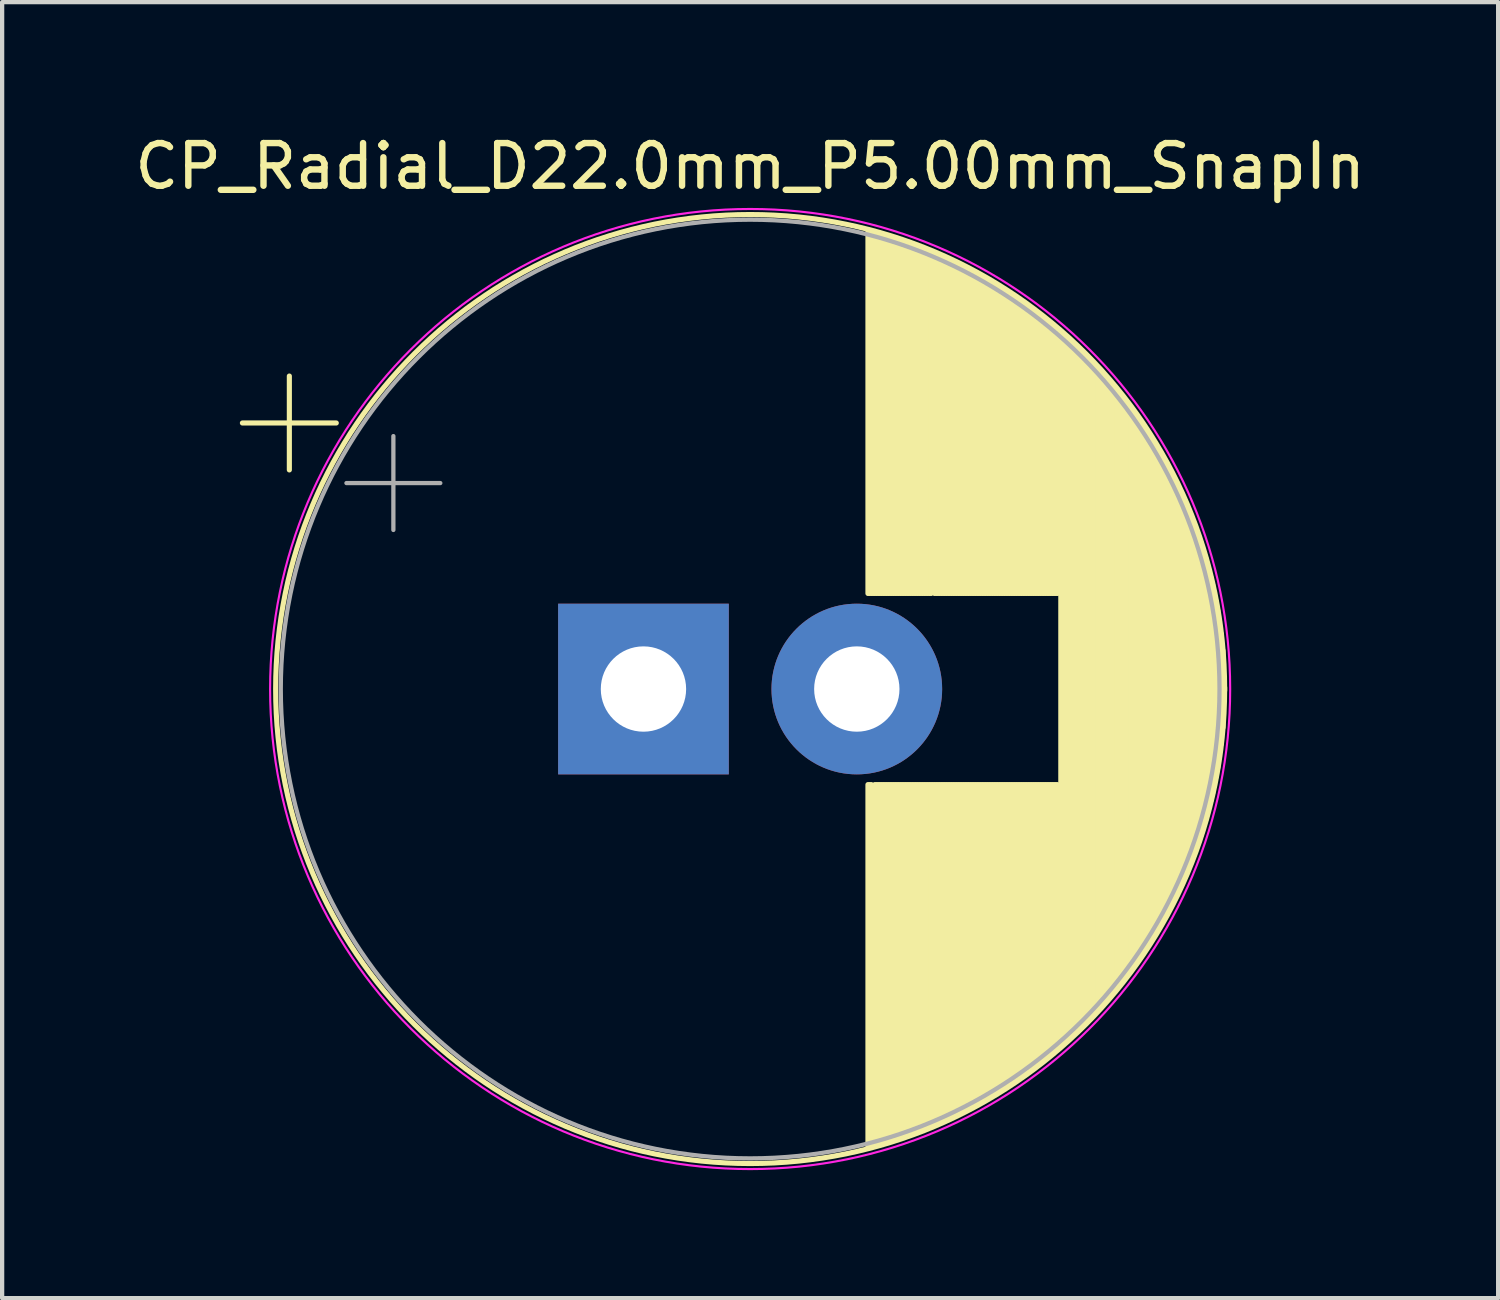
<source format=kicad_pcb>
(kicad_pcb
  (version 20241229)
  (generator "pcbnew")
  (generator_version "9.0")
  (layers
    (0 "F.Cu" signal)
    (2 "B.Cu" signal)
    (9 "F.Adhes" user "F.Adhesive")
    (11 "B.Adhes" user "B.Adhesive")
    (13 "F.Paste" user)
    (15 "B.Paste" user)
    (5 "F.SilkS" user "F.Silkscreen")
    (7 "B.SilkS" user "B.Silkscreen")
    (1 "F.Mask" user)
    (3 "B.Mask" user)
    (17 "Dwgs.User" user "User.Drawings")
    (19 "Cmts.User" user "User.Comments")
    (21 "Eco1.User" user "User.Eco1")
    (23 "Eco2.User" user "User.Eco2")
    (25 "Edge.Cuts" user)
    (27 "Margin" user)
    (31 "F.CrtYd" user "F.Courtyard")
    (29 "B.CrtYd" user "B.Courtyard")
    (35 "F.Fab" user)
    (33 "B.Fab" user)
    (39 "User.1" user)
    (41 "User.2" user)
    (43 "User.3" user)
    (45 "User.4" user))
  (footprint "CP_Radial_D22.0mm_P5.00mm_SnapIn"
    (layer "F.Cu")
    (at 9.53 13.098)
    (property "Reference" "CP_Radial_D22.0mm_P5.00mm_SnapIn" (at 5 -12.25 0) (layer "F.SilkS") (effects (font (size 1 1) (thickness 0.15))))
    (attr through_hole)
    (fp_line (start -6.899 -6.235) (end -4.699 -6.235) (stroke (width 0.12) (type solid)) (layer "F.SilkS"))
    (fp_line (start -5.799 -7.335) (end -5.799 -5.135) (stroke (width 0.12) (type solid)) (layer "F.SilkS"))
    (fp_line (start 7.761 -10.733) (end 7.761 -2.24) (stroke (width 0.12) (type solid)) (layer "F.SilkS"))
    (fp_line (start 7.761 2.24) (end 7.761 10.733) (stroke (width 0.12) (type solid)) (layer "F.SilkS"))
    (fp_line (start 7.801 -10.722) (end 7.801 -2.24) (stroke (width 0.12) (type solid)) (layer "F.SilkS"))
    (fp_line (start 7.801 2.24) (end 7.801 10.722) (stroke (width 0.12) (type solid)) (layer "F.SilkS"))
    (fp_line (start 7.841 -10.712) (end 7.841 -2.24) (stroke (width 0.12) (type solid)) (layer "F.SilkS"))
    (fp_line (start 7.841 2.24) (end 7.841 10.712) (stroke (width 0.12) (type solid)) (layer "F.SilkS"))
    (fp_line (start 7.881 -10.701) (end 7.881 -2.24) (stroke (width 0.12) (type solid)) (layer "F.SilkS"))
    (fp_line (start 7.921 -10.69) (end 7.921 -2.24) (stroke (width 0.12) (type solid)) (layer "F.SilkS"))
    (fp_line (start 7.921 2.24) (end 7.921 10.69) (stroke (width 0.12) (type solid)) (layer "F.SilkS"))
    (fp_line (start 7.961 -10.679) (end 7.961 -2.24) (stroke (width 0.12) (type solid)) (layer "F.SilkS"))
    (fp_line (start 7.961 2.24) (end 7.961 10.679) (stroke (width 0.12) (type solid)) (layer "F.SilkS"))
    (fp_line (start 8.001 -10.668) (end 8.001 -2.24) (stroke (width 0.12) (type solid)) (layer "F.SilkS"))
    (fp_line (start 8.001 2.24) (end 8.001 10.668) (stroke (width 0.12) (type solid)) (layer "F.SilkS"))
    (fp_line (start 8.041 -10.657) (end 8.041 -2.24) (stroke (width 0.12) (type solid)) (layer "F.SilkS"))
    (fp_line (start 8.041 2.24) (end 8.041 10.657) (stroke (width 0.12) (type solid)) (layer "F.SilkS"))
    (fp_line (start 8.081 -10.645) (end 8.081 -2.24) (stroke (width 0.12) (type solid)) (layer "F.SilkS"))
    (fp_line (start 8.081 2.24) (end 8.081 10.645) (stroke (width 0.12) (type solid)) (layer "F.SilkS"))
    (fp_line (start 8.121 -10.634) (end 8.121 -2.24) (stroke (width 0.12) (type solid)) (layer "F.SilkS"))
    (fp_line (start 8.121 2.24) (end 8.121 10.634) (stroke (width 0.12) (type solid)) (layer "F.SilkS"))
    (fp_line (start 8.161 -10.622) (end 8.161 -2.24) (stroke (width 0.12) (type solid)) (layer "F.SilkS"))
    (fp_line (start 8.161 2.24) (end 8.161 10.622) (stroke (width 0.12) (type solid)) (layer "F.SilkS"))
    (fp_line (start 8.201 -10.61) (end 8.201 -2.24) (stroke (width 0.12) (type solid)) (layer "F.SilkS"))
    (fp_line (start 8.201 2.24) (end 8.201 10.61) (stroke (width 0.12) (type solid)) (layer "F.SilkS"))
    (fp_line (start 8.241 -10.598) (end 8.241 -2.24) (stroke (width 0.12) (type solid)) (layer "F.SilkS"))
    (fp_line (start 8.241 2.24) (end 8.241 10.598) (stroke (width 0.12) (type solid)) (layer "F.SilkS"))
    (fp_line (start 8.281 -10.586) (end 8.281 -2.24) (stroke (width 0.12) (type solid)) (layer "F.SilkS"))
    (fp_line (start 8.281 2.24) (end 8.281 10.586) (stroke (width 0.12) (type solid)) (layer "F.SilkS"))
    (fp_line (start 8.321 -10.573) (end 8.321 -2.24) (stroke (width 0.12) (type solid)) (layer "F.SilkS"))
    (fp_line (start 8.321 2.24) (end 8.321 10.573) (stroke (width 0.12) (type solid)) (layer "F.SilkS"))
    (fp_line (start 8.361 -10.561) (end 8.361 -2.24) (stroke (width 0.12) (type solid)) (layer "F.SilkS"))
    (fp_line (start 8.361 2.24) (end 8.361 10.561) (stroke (width 0.12) (type solid)) (layer "F.SilkS"))
    (fp_line (start 8.401 -10.548) (end 8.401 -2.24) (stroke (width 0.12) (type solid)) (layer "F.SilkS"))
    (fp_line (start 8.401 2.24) (end 8.401 10.548) (stroke (width 0.12) (type solid)) (layer "F.SilkS"))
    (fp_line (start 8.441 -10.535) (end 8.441 -2.24) (stroke (width 0.12) (type solid)) (layer "F.SilkS"))
    (fp_line (start 8.441 2.24) (end 8.441 10.535) (stroke (width 0.12) (type solid)) (layer "F.SilkS"))
    (fp_line (start 8.481 -10.522) (end 8.481 -2.24) (stroke (width 0.12) (type solid)) (layer "F.SilkS"))
    (fp_line (start 8.481 2.24) (end 8.481 10.522) (stroke (width 0.12) (type solid)) (layer "F.SilkS"))
    (fp_line (start 8.521 -10.509) (end 8.521 -2.24) (stroke (width 0.12) (type solid)) (layer "F.SilkS"))
    (fp_line (start 8.521 2.24) (end 8.521 10.509) (stroke (width 0.12) (type solid)) (layer "F.SilkS"))
    (fp_line (start 8.561 -10.495) (end 8.561 -2.24) (stroke (width 0.12) (type solid)) (layer "F.SilkS"))
    (fp_line (start 8.561 2.24) (end 8.561 10.495) (stroke (width 0.12) (type solid)) (layer "F.SilkS"))
    (fp_line (start 8.601 -10.482) (end 8.601 -2.24) (stroke (width 0.12) (type solid)) (layer "F.SilkS"))
    (fp_line (start 8.601 2.24) (end 8.601 10.482) (stroke (width 0.12) (type solid)) (layer "F.SilkS"))
    (fp_line (start 8.641 -10.468) (end 8.641 -2.24) (stroke (width 0.12) (type solid)) (layer "F.SilkS"))
    (fp_line (start 8.641 2.24) (end 8.641 10.468) (stroke (width 0.12) (type solid)) (layer "F.SilkS"))
    (fp_line (start 8.681 -10.454) (end 8.681 -2.24) (stroke (width 0.12) (type solid)) (layer "F.SilkS"))
    (fp_line (start 8.681 2.24) (end 8.681 10.454) (stroke (width 0.12) (type solid)) (layer "F.SilkS"))
    (fp_line (start 8.721 -10.44) (end 8.721 -2.24) (stroke (width 0.12) (type solid)) (layer "F.SilkS"))
    (fp_line (start 8.721 2.24) (end 8.721 10.44) (stroke (width 0.12) (type solid)) (layer "F.SilkS"))
    (fp_line (start 8.761 -10.426) (end 8.761 -2.24) (stroke (width 0.12) (type solid)) (layer "F.SilkS"))
    (fp_line (start 8.761 2.24) (end 8.761 10.426) (stroke (width 0.12) (type solid)) (layer "F.SilkS"))
    (fp_line (start 8.801 -10.411) (end 8.801 -2.24) (stroke (width 0.12) (type solid)) (layer "F.SilkS"))
    (fp_line (start 8.801 2.24) (end 8.801 10.411) (stroke (width 0.12) (type solid)) (layer "F.SilkS"))
    (fp_line (start 8.841 -10.396) (end 8.841 -2.24) (stroke (width 0.12) (type solid)) (layer "F.SilkS"))
    (fp_line (start 8.841 2.24) (end 8.841 10.396) (stroke (width 0.12) (type solid)) (layer "F.SilkS"))
    (fp_line (start 8.881 -10.382) (end 8.881 -2.24) (stroke (width 0.12) (type solid)) (layer "F.SilkS"))
    (fp_line (start 8.881 2.24) (end 8.881 10.382) (stroke (width 0.12) (type solid)) (layer "F.SilkS"))
    (fp_line (start 8.921 -10.367) (end 8.921 -2.24) (stroke (width 0.12) (type solid)) (layer "F.SilkS"))
    (fp_line (start 8.921 2.24) (end 8.921 10.367) (stroke (width 0.12) (type solid)) (layer "F.SilkS"))
    (fp_line (start 8.961 -10.351) (end 8.961 -2.24) (stroke (width 0.12) (type solid)) (layer "F.SilkS"))
    (fp_line (start 8.961 2.24) (end 8.961 10.351) (stroke (width 0.12) (type solid)) (layer "F.SilkS"))
    (fp_line (start 9.001 -10.336) (end 9.001 -2.24) (stroke (width 0.12) (type solid)) (layer "F.SilkS"))
    (fp_line (start 9.001 2.24) (end 9.001 10.336) (stroke (width 0.12) (type solid)) (layer "F.SilkS"))
    (fp_line (start 9.041 -10.321) (end 9.041 -2.24) (stroke (width 0.12) (type solid)) (layer "F.SilkS"))
    (fp_line (start 9.041 2.24) (end 9.041 10.321) (stroke (width 0.12) (type solid)) (layer "F.SilkS"))
    (fp_line (start 9.081 -10.305) (end 9.081 -2.24) (stroke (width 0.12) (type solid)) (layer "F.SilkS"))
    (fp_line (start 9.081 2.24) (end 9.081 10.305) (stroke (width 0.12) (type solid)) (layer "F.SilkS"))
    (fp_line (start 9.121 -10.289) (end 9.121 -2.24) (stroke (width 0.12) (type solid)) (layer "F.SilkS"))
    (fp_line (start 9.121 2.24) (end 9.121 10.289) (stroke (width 0.12) (type solid)) (layer "F.SilkS"))
    (fp_line (start 9.161 -10.273) (end 9.161 -2.24) (stroke (width 0.12) (type solid)) (layer "F.SilkS"))
    (fp_line (start 9.161 2.24) (end 9.161 10.273) (stroke (width 0.12) (type solid)) (layer "F.SilkS"))
    (fp_line (start 9.201 -10.257) (end 9.201 -2.24) (stroke (width 0.12) (type solid)) (layer "F.SilkS"))
    (fp_line (start 9.201 2.24) (end 9.201 10.257) (stroke (width 0.12) (type solid)) (layer "F.SilkS"))
    (fp_line (start 9.241 -10.24) (end 9.241 -2.24) (stroke (width 0.12) (type solid)) (layer "F.SilkS"))
    (fp_line (start 9.241 2.24) (end 9.241 10.24) (stroke (width 0.12) (type solid)) (layer "F.SilkS"))
    (fp_line (start 9.281 2.24) (end 9.281 10.224) (stroke (width 0.12) (type solid)) (layer "F.SilkS"))
    (fp_line (start 9.321 -10.207) (end 9.321 -2.24) (stroke (width 0.12) (type solid)) (layer "F.SilkS"))
    (fp_line (start 9.321 2.24) (end 9.321 10.207) (stroke (width 0.12) (type solid)) (layer "F.SilkS"))
    (fp_line (start 9.361 -10.19) (end 9.361 -2.24) (stroke (width 0.12) (type solid)) (layer "F.SilkS"))
    (fp_line (start 9.361 2.24) (end 9.361 10.19) (stroke (width 0.12) (type solid)) (layer "F.SilkS"))
    (fp_line (start 9.401 -10.173) (end 9.401 -2.24) (stroke (width 0.12) (type solid)) (layer "F.SilkS"))
    (fp_line (start 9.401 2.24) (end 9.401 10.173) (stroke (width 0.12) (type solid)) (layer "F.SilkS"))
    (fp_line (start 9.441 -10.156) (end 9.441 -2.24) (stroke (width 0.12) (type solid)) (layer "F.SilkS"))
    (fp_line (start 9.441 2.24) (end 9.441 10.156) (stroke (width 0.12) (type solid)) (layer "F.SilkS"))
    (fp_line (start 9.481 -10.138) (end 9.481 -2.24) (stroke (width 0.12) (type solid)) (layer "F.SilkS"))
    (fp_line (start 9.481 2.24) (end 9.481 10.138) (stroke (width 0.12) (type solid)) (layer "F.SilkS"))
    (fp_line (start 9.521 -10.12) (end 9.521 -2.24) (stroke (width 0.12) (type solid)) (layer "F.SilkS"))
    (fp_line (start 9.521 2.24) (end 9.521 10.12) (stroke (width 0.12) (type solid)) (layer "F.SilkS"))
    (fp_line (start 9.561 -10.103) (end 9.561 -2.24) (stroke (width 0.12) (type solid)) (layer "F.SilkS"))
    (fp_line (start 9.561 2.24) (end 9.561 10.103) (stroke (width 0.12) (type solid)) (layer "F.SilkS"))
    (fp_line (start 9.601 -10.084) (end 9.601 -2.24) (stroke (width 0.12) (type solid)) (layer "F.SilkS"))
    (fp_line (start 9.601 2.24) (end 9.601 10.084) (stroke (width 0.12) (type solid)) (layer "F.SilkS"))
    (fp_line (start 9.641 -10.066) (end 9.641 -2.24) (stroke (width 0.12) (type solid)) (layer "F.SilkS"))
    (fp_line (start 9.641 2.24) (end 9.641 10.066) (stroke (width 0.12) (type solid)) (layer "F.SilkS"))
    (fp_line (start 9.681 -10.048) (end 9.681 -2.24) (stroke (width 0.12) (type solid)) (layer "F.SilkS"))
    (fp_line (start 9.681 2.24) (end 9.681 10.048) (stroke (width 0.12) (type solid)) (layer "F.SilkS"))
    (fp_line (start 9.721 -10.029) (end 9.721 -2.24) (stroke (width 0.12) (type solid)) (layer "F.SilkS"))
    (fp_line (start 9.721 2.24) (end 9.721 10.029) (stroke (width 0.12) (type solid)) (layer "F.SilkS"))
    (fp_line (start 9.761 -10.01) (end 9.761 -2.24) (stroke (width 0.12) (type solid)) (layer "F.SilkS"))
    (fp_line (start 9.761 2.24) (end 9.761 10.01) (stroke (width 0.12) (type solid)) (layer "F.SilkS"))
    (fp_line (start 9.801 -9.991) (end 9.801 -2.24) (stroke (width 0.12) (type solid)) (layer "F.SilkS"))
    (fp_line (start 9.801 2.24) (end 9.801 9.991) (stroke (width 0.12) (type solid)) (layer "F.SilkS"))
    (fp_line (start 9.841 -9.972) (end 9.841 -2.24) (stroke (width 0.12) (type solid)) (layer "F.SilkS"))
    (fp_line (start 9.841 2.24) (end 9.841 9.972) (stroke (width 0.12) (type solid)) (layer "F.SilkS"))
    (fp_line (start 9.881 -9.952) (end 9.881 -2.24) (stroke (width 0.12) (type solid)) (layer "F.SilkS"))
    (fp_line (start 9.881 2.24) (end 9.881 9.952) (stroke (width 0.12) (type solid)) (layer "F.SilkS"))
    (fp_line (start 9.921 -9.933) (end 9.921 -2.24) (stroke (width 0.12) (type solid)) (layer "F.SilkS"))
    (fp_line (start 9.921 2.24) (end 9.921 9.933) (stroke (width 0.12) (type solid)) (layer "F.SilkS"))
    (fp_line (start 9.961 -9.913) (end 9.961 -2.24) (stroke (width 0.12) (type solid)) (layer "F.SilkS"))
    (fp_line (start 9.961 2.24) (end 9.961 9.913) (stroke (width 0.12) (type solid)) (layer "F.SilkS"))
    (fp_line (start 10.001 -9.893) (end 10.001 -2.24) (stroke (width 0.12) (type solid)) (layer "F.SilkS"))
    (fp_line (start 10.001 2.24) (end 10.001 9.893) (stroke (width 0.12) (type solid)) (layer "F.SilkS"))
    (fp_line (start 10.041 -9.873) (end 10.041 -2.24) (stroke (width 0.12) (type solid)) (layer "F.SilkS"))
    (fp_line (start 10.041 2.24) (end 10.041 9.873) (stroke (width 0.12) (type solid)) (layer "F.SilkS"))
    (fp_line (start 10.081 -9.852) (end 10.081 -2.24) (stroke (width 0.12) (type solid)) (layer "F.SilkS"))
    (fp_line (start 10.081 2.24) (end 10.081 9.852) (stroke (width 0.12) (type solid)) (layer "F.SilkS"))
    (fp_line (start 10.121 -9.832) (end 10.121 -2.24) (stroke (width 0.12) (type solid)) (layer "F.SilkS"))
    (fp_line (start 10.121 2.24) (end 10.121 9.832) (stroke (width 0.12) (type solid)) (layer "F.SilkS"))
    (fp_line (start 10.161 -9.811) (end 10.161 -2.24) (stroke (width 0.12) (type solid)) (layer "F.SilkS"))
    (fp_line (start 10.161 2.24) (end 10.161 9.811) (stroke (width 0.12) (type solid)) (layer "F.SilkS"))
    (fp_line (start 10.201 -9.79) (end 10.201 -2.24) (stroke (width 0.12) (type solid)) (layer "F.SilkS"))
    (fp_line (start 10.201 2.24) (end 10.201 9.79) (stroke (width 0.12) (type solid)) (layer "F.SilkS"))
    (fp_line (start 10.241 -9.768) (end 10.241 -2.24) (stroke (width 0.12) (type solid)) (layer "F.SilkS"))
    (fp_line (start 10.241 2.24) (end 10.241 9.768) (stroke (width 0.12) (type solid)) (layer "F.SilkS"))
    (fp_line (start 10.281 -9.747) (end 10.281 -2.24) (stroke (width 0.12) (type solid)) (layer "F.SilkS"))
    (fp_line (start 10.281 2.24) (end 10.281 9.747) (stroke (width 0.12) (type solid)) (layer "F.SilkS"))
    (fp_line (start 10.321 -9.725) (end 10.321 -2.24) (stroke (width 0.12) (type solid)) (layer "F.SilkS"))
    (fp_line (start 10.321 2.24) (end 10.321 9.725) (stroke (width 0.12) (type solid)) (layer "F.SilkS"))
    (fp_line (start 10.361 -9.703) (end 10.361 -2.24) (stroke (width 0.12) (type solid)) (layer "F.SilkS"))
    (fp_line (start 10.361 2.24) (end 10.361 9.703) (stroke (width 0.12) (type solid)) (layer "F.SilkS"))
    (fp_line (start 10.401 -9.681) (end 10.401 -2.24) (stroke (width 0.12) (type solid)) (layer "F.SilkS"))
    (fp_line (start 10.401 2.24) (end 10.401 9.681) (stroke (width 0.12) (type solid)) (layer "F.SilkS"))
    (fp_line (start 10.441 -9.659) (end 10.441 -2.24) (stroke (width 0.12) (type solid)) (layer "F.SilkS"))
    (fp_line (start 10.441 2.24) (end 10.441 9.659) (stroke (width 0.12) (type solid)) (layer "F.SilkS"))
    (fp_line (start 10.481 -9.636) (end 10.481 -2.24) (stroke (width 0.12) (type solid)) (layer "F.SilkS"))
    (fp_line (start 10.481 2.24) (end 10.481 9.636) (stroke (width 0.12) (type solid)) (layer "F.SilkS"))
    (fp_line (start 10.521 -9.614) (end 10.521 -2.24) (stroke (width 0.12) (type solid)) (layer "F.SilkS"))
    (fp_line (start 10.521 2.24) (end 10.521 9.614) (stroke (width 0.12) (type solid)) (layer "F.SilkS"))
    (fp_line (start 10.561 -9.591) (end 10.561 -2.24) (stroke (width 0.12) (type solid)) (layer "F.SilkS"))
    (fp_line (start 10.561 2.24) (end 10.561 9.591) (stroke (width 0.12) (type solid)) (layer "F.SilkS"))
    (fp_line (start 10.601 -9.567) (end 10.601 -2.24) (stroke (width 0.12) (type solid)) (layer "F.SilkS"))
    (fp_line (start 10.601 2.24) (end 10.601 9.567) (stroke (width 0.12) (type solid)) (layer "F.SilkS"))
    (fp_line (start 10.641 -9.544) (end 10.641 -2.24) (stroke (width 0.12) (type solid)) (layer "F.SilkS"))
    (fp_line (start 10.641 2.24) (end 10.641 9.544) (stroke (width 0.12) (type solid)) (layer "F.SilkS"))
    (fp_line (start 10.681 -9.52) (end 10.681 -2.24) (stroke (width 0.12) (type solid)) (layer "F.SilkS"))
    (fp_line (start 10.681 2.24) (end 10.681 9.52) (stroke (width 0.12) (type solid)) (layer "F.SilkS"))
    (fp_line (start 10.721 -9.497) (end 10.721 -2.24) (stroke (width 0.12) (type solid)) (layer "F.SilkS"))
    (fp_line (start 10.721 2.24) (end 10.721 9.497) (stroke (width 0.12) (type solid)) (layer "F.SilkS"))
    (fp_line (start 10.761 -9.472) (end 10.761 -2.24) (stroke (width 0.12) (type solid)) (layer "F.SilkS"))
    (fp_line (start 10.761 2.24) (end 10.761 9.472) (stroke (width 0.12) (type solid)) (layer "F.SilkS"))
    (fp_line (start 10.801 -9.448) (end 10.801 -2.24) (stroke (width 0.12) (type solid)) (layer "F.SilkS"))
    (fp_line (start 10.801 2.24) (end 10.801 9.448) (stroke (width 0.12) (type solid)) (layer "F.SilkS"))
    (fp_line (start 10.841 -9.424) (end 10.841 -2.24) (stroke (width 0.12) (type solid)) (layer "F.SilkS"))
    (fp_line (start 10.841 2.24) (end 10.841 9.424) (stroke (width 0.12) (type solid)) (layer "F.SilkS"))
    (fp_line (start 10.881 -9.399) (end 10.881 -2.24) (stroke (width 0.12) (type solid)) (layer "F.SilkS"))
    (fp_line (start 10.881 2.24) (end 10.881 9.399) (stroke (width 0.12) (type solid)) (layer "F.SilkS"))
    (fp_line (start 10.921 -9.374) (end 10.921 -2.24) (stroke (width 0.12) (type solid)) (layer "F.SilkS"))
    (fp_line (start 10.921 2.24) (end 10.921 9.374) (stroke (width 0.12) (type solid)) (layer "F.SilkS"))
    (fp_line (start 10.961 -9.348) (end 10.961 -2.24) (stroke (width 0.12) (type solid)) (layer "F.SilkS"))
    (fp_line (start 10.961 2.24) (end 10.961 9.348) (stroke (width 0.12) (type solid)) (layer "F.SilkS"))
    (fp_line (start 11.001 -9.323) (end 11.001 -2.24) (stroke (width 0.12) (type solid)) (layer "F.SilkS"))
    (fp_line (start 11.001 2.24) (end 11.001 9.323) (stroke (width 0.12) (type solid)) (layer "F.SilkS"))
    (fp_line (start 11.041 -9.297) (end 11.041 -2.24) (stroke (width 0.12) (type solid)) (layer "F.SilkS"))
    (fp_line (start 11.041 2.24) (end 11.041 9.297) (stroke (width 0.12) (type solid)) (layer "F.SilkS"))
    (fp_line (start 11.081 -9.271) (end 11.081 -2.24) (stroke (width 0.12) (type solid)) (layer "F.SilkS"))
    (fp_line (start 11.081 2.24) (end 11.081 9.271) (stroke (width 0.12) (type solid)) (layer "F.SilkS"))
    (fp_line (start 11.121 -9.245) (end 11.121 -2.24) (stroke (width 0.12) (type solid)) (layer "F.SilkS"))
    (fp_line (start 11.121 2.24) (end 11.121 9.245) (stroke (width 0.12) (type solid)) (layer "F.SilkS"))
    (fp_line (start 11.161 -9.218) (end 11.161 -2.24) (stroke (width 0.12) (type solid)) (layer "F.SilkS"))
    (fp_line (start 11.161 2.24) (end 11.161 9.218) (stroke (width 0.12) (type solid)) (layer "F.SilkS"))
    (fp_line (start 11.201 -9.192) (end 11.201 -2.24) (stroke (width 0.12) (type solid)) (layer "F.SilkS"))
    (fp_line (start 11.201 2.24) (end 11.201 9.192) (stroke (width 0.12) (type solid)) (layer "F.SilkS"))
    (fp_line (start 11.241 -9.165) (end 11.241 -2.24) (stroke (width 0.12) (type solid)) (layer "F.SilkS"))
    (fp_line (start 11.241 2.24) (end 11.241 9.165) (stroke (width 0.12) (type solid)) (layer "F.SilkS"))
    (fp_line (start 11.281 -9.137) (end 11.281 -2.24) (stroke (width 0.12) (type solid)) (layer "F.SilkS"))
    (fp_line (start 11.281 2.24) (end 11.281 9.137) (stroke (width 0.12) (type solid)) (layer "F.SilkS"))
    (fp_line (start 11.321 -9.11) (end 11.321 -2.24) (stroke (width 0.12) (type solid)) (layer "F.SilkS"))
    (fp_line (start 11.321 2.24) (end 11.321 9.11) (stroke (width 0.12) (type solid)) (layer "F.SilkS"))
    (fp_line (start 11.361 -9.082) (end 11.361 -2.24) (stroke (width 0.12) (type solid)) (layer "F.SilkS"))
    (fp_line (start 11.361 2.24) (end 11.361 9.082) (stroke (width 0.12) (type solid)) (layer "F.SilkS"))
    (fp_line (start 11.401 -9.054) (end 11.401 -2.24) (stroke (width 0.12) (type solid)) (layer "F.SilkS"))
    (fp_line (start 11.401 2.24) (end 11.401 9.054) (stroke (width 0.12) (type solid)) (layer "F.SilkS"))
    (fp_line (start 11.441 -9.026) (end 11.441 -2.24) (stroke (width 0.12) (type solid)) (layer "F.SilkS"))
    (fp_line (start 11.441 2.24) (end 11.441 9.026) (stroke (width 0.12) (type solid)) (layer "F.SilkS"))
    (fp_line (start 11.481 -8.997) (end 11.481 -2.24) (stroke (width 0.12) (type solid)) (layer "F.SilkS"))
    (fp_line (start 11.481 2.24) (end 11.481 8.997) (stroke (width 0.12) (type solid)) (layer "F.SilkS"))
    (fp_line (start 11.521 -8.968) (end 11.521 -2.24) (stroke (width 0.12) (type solid)) (layer "F.SilkS"))
    (fp_line (start 11.521 2.24) (end 11.521 8.968) (stroke (width 0.12) (type solid)) (layer "F.SilkS"))
    (fp_line (start 11.561 -8.939) (end 11.561 -2.24) (stroke (width 0.12) (type solid)) (layer "F.SilkS"))
    (fp_line (start 11.561 2.24) (end 11.561 8.939) (stroke (width 0.12) (type solid)) (layer "F.SilkS"))
    (fp_line (start 11.601 -8.91) (end 11.601 -2.24) (stroke (width 0.12) (type solid)) (layer "F.SilkS"))
    (fp_line (start 11.601 2.24) (end 11.601 8.91) (stroke (width 0.12) (type solid)) (layer "F.SilkS"))
    (fp_line (start 11.641 -8.88) (end 11.641 -2.24) (stroke (width 0.12) (type solid)) (layer "F.SilkS"))
    (fp_line (start 11.641 2.24) (end 11.641 8.88) (stroke (width 0.12) (type solid)) (layer "F.SilkS"))
    (fp_line (start 11.681 -8.85) (end 11.681 -2.24) (stroke (width 0.12) (type solid)) (layer "F.SilkS"))
    (fp_line (start 11.681 2.24) (end 11.681 8.85) (stroke (width 0.12) (type solid)) (layer "F.SilkS"))
    (fp_line (start 11.721 -8.82) (end 11.721 -2.24) (stroke (width 0.12) (type solid)) (layer "F.SilkS"))
    (fp_line (start 11.721 2.24) (end 11.721 8.82) (stroke (width 0.12) (type solid)) (layer "F.SilkS"))
    (fp_line (start 11.761 -8.79) (end 11.761 -2.24) (stroke (width 0.12) (type solid)) (layer "F.SilkS"))
    (fp_line (start 11.761 2.24) (end 11.761 8.79) (stroke (width 0.12) (type solid)) (layer "F.SilkS"))
    (fp_line (start 11.801 -8.759) (end 11.801 -2.24) (stroke (width 0.12) (type solid)) (layer "F.SilkS"))
    (fp_line (start 11.801 2.24) (end 11.801 8.759) (stroke (width 0.12) (type solid)) (layer "F.SilkS"))
    (fp_line (start 11.841 -8.728) (end 11.841 -2.24) (stroke (width 0.12) (type solid)) (layer "F.SilkS"))
    (fp_line (start 11.841 2.24) (end 11.841 8.728) (stroke (width 0.12) (type solid)) (layer "F.SilkS"))
    (fp_line (start 11.881 -8.697) (end 11.881 -2.24) (stroke (width 0.12) (type solid)) (layer "F.SilkS"))
    (fp_line (start 11.881 2.24) (end 11.881 8.697) (stroke (width 0.12) (type solid)) (layer "F.SilkS"))
    (fp_line (start 11.921 -8.665) (end 11.921 -2.24) (stroke (width 0.12) (type solid)) (layer "F.SilkS"))
    (fp_line (start 11.921 2.24) (end 11.921 8.665) (stroke (width 0.12) (type solid)) (layer "F.SilkS"))
    (fp_line (start 11.961 -8.633) (end 11.961 -2.24) (stroke (width 0.12) (type solid)) (layer "F.SilkS"))
    (fp_line (start 11.961 2.24) (end 11.961 8.633) (stroke (width 0.12) (type solid)) (layer "F.SilkS"))
    (fp_line (start 12.001 -8.601) (end 12.001 -2.24) (stroke (width 0.12) (type solid)) (layer "F.SilkS"))
    (fp_line (start 12.001 2.24) (end 12.001 8.601) (stroke (width 0.12) (type solid)) (layer "F.SilkS"))
    (fp_line (start 12.041 -8.568) (end 12.041 -2.24) (stroke (width 0.12) (type solid)) (layer "F.SilkS"))
    (fp_line (start 12.041 2.24) (end 12.041 8.568) (stroke (width 0.12) (type solid)) (layer "F.SilkS"))
    (fp_line (start 12.081 -8.535) (end 12.081 -2.24) (stroke (width 0.12) (type solid)) (layer "F.SilkS"))
    (fp_line (start 12.081 2.24) (end 12.081 8.535) (stroke (width 0.12) (type solid)) (layer "F.SilkS"))
    (fp_line (start 12.121 -8.502) (end 12.121 -2.24) (stroke (width 0.12) (type solid)) (layer "F.SilkS"))
    (fp_line (start 12.121 2.24) (end 12.121 8.502) (stroke (width 0.12) (type solid)) (layer "F.SilkS"))
    (fp_line (start 12.161 -8.469) (end 12.161 -2.24) (stroke (width 0.12) (type solid)) (layer "F.SilkS"))
    (fp_line (start 12.161 2.24) (end 12.161 8.469) (stroke (width 0.12) (type solid)) (layer "F.SilkS"))
    (fp_line (start 12.201 -8.435) (end 12.201 -2.24) (stroke (width 0.12) (type solid)) (layer "F.SilkS"))
    (fp_line (start 12.201 2.24) (end 12.201 8.435) (stroke (width 0.12) (type solid)) (layer "F.SilkS"))
    (fp_line (start 12.281 -8.366) (end 12.281 8.366) (stroke (width 0.12) (type solid)) (layer "F.SilkS"))
    (fp_line (start 12.321 -8.331) (end 12.321 8.331) (stroke (width 0.12) (type solid)) (layer "F.SilkS"))
    (fp_line (start 12.361 -8.296) (end 12.361 8.296) (stroke (width 0.12) (type solid)) (layer "F.SilkS"))
    (fp_line (start 12.401 -8.261) (end 12.401 8.261) (stroke (width 0.12) (type solid)) (layer "F.SilkS"))
    (fp_line (start 12.441 -8.225) (end 12.441 8.225) (stroke (width 0.12) (type solid)) (layer "F.SilkS"))
    (fp_line (start 12.481 -8.189) (end 12.481 8.189) (stroke (width 0.12) (type solid)) (layer "F.SilkS"))
    (fp_line (start 12.521 -8.152) (end 12.521 8.152) (stroke (width 0.12) (type solid)) (layer "F.SilkS"))
    (fp_line (start 12.561 -8.115) (end 12.561 8.115) (stroke (width 0.12) (type solid)) (layer "F.SilkS"))
    (fp_line (start 12.601 -8.078) (end 12.601 8.078) (stroke (width 0.12) (type solid)) (layer "F.SilkS"))
    (fp_line (start 12.641 -8.04) (end 12.641 8.04) (stroke (width 0.12) (type solid)) (layer "F.SilkS"))
    (fp_line (start 12.681 -8.002) (end 12.681 8.002) (stroke (width 0.12) (type solid)) (layer "F.SilkS"))
    (fp_line (start 12.721 -7.964) (end 12.721 7.964) (stroke (width 0.12) (type solid)) (layer "F.SilkS"))
    (fp_line (start 12.761 -7.925) (end 12.761 7.925) (stroke (width 0.12) (type solid)) (layer "F.SilkS"))
    (fp_line (start 12.801 -7.886) (end 12.801 7.886) (stroke (width 0.12) (type solid)) (layer "F.SilkS"))
    (fp_line (start 12.841 -7.846) (end 12.841 7.846) (stroke (width 0.12) (type solid)) (layer "F.SilkS"))
    (fp_line (start 12.881 -7.807) (end 12.881 7.807) (stroke (width 0.12) (type solid)) (layer "F.SilkS"))
    (fp_line (start 12.921 -7.766) (end 12.921 7.766) (stroke (width 0.12) (type solid)) (layer "F.SilkS"))
    (fp_line (start 12.961 -7.725) (end 12.961 7.725) (stroke (width 0.12) (type solid)) (layer "F.SilkS"))
    (fp_line (start 13.001 -7.684) (end 13.001 7.684) (stroke (width 0.12) (type solid)) (layer "F.SilkS"))
    (fp_line (start 13.041 -7.642) (end 13.041 7.642) (stroke (width 0.12) (type solid)) (layer "F.SilkS"))
    (fp_line (start 13.081 -7.6) (end 13.081 7.6) (stroke (width 0.12) (type solid)) (layer "F.SilkS"))
    (fp_line (start 13.121 -7.558) (end 13.121 7.558) (stroke (width 0.12) (type solid)) (layer "F.SilkS"))
    (fp_line (start 13.161 -7.515) (end 13.161 7.515) (stroke (width 0.12) (type solid)) (layer "F.SilkS"))
    (fp_line (start 13.2 -7.471) (end 13.2 7.471) (stroke (width 0.12) (type solid)) (layer "F.SilkS"))
    (fp_line (start 13.24 -7.428) (end 13.24 7.428) (stroke (width 0.12) (type solid)) (layer "F.SilkS"))
    (fp_line (start 13.28 -7.383) (end 13.28 7.383) (stroke (width 0.12) (type solid)) (layer "F.SilkS"))
    (fp_line (start 13.32 -7.338) (end 13.32 7.338) (stroke (width 0.12) (type solid)) (layer "F.SilkS"))
    (fp_line (start 13.36 -7.293) (end 13.36 7.293) (stroke (width 0.12) (type solid)) (layer "F.SilkS"))
    (fp_line (start 13.4 -7.247) (end 13.4 7.247) (stroke (width 0.12) (type solid)) (layer "F.SilkS"))
    (fp_line (start 13.44 -7.201) (end 13.44 7.201) (stroke (width 0.12) (type solid)) (layer "F.SilkS"))
    (fp_line (start 13.48 -7.154) (end 13.48 7.154) (stroke (width 0.12) (type solid)) (layer "F.SilkS"))
    (fp_line (start 13.52 -7.106) (end 13.52 7.106) (stroke (width 0.12) (type solid)) (layer "F.SilkS"))
    (fp_line (start 13.56 -7.058) (end 13.56 7.058) (stroke (width 0.12) (type solid)) (layer "F.SilkS"))
    (fp_line (start 13.6 -7.01) (end 13.6 7.01) (stroke (width 0.12) (type solid)) (layer "F.SilkS"))
    (fp_line (start 13.64 -6.961) (end 13.64 6.961) (stroke (width 0.12) (type solid)) (layer "F.SilkS"))
    (fp_line (start 13.68 -6.911) (end 13.68 6.911) (stroke (width 0.12) (type solid)) (layer "F.SilkS"))
    (fp_line (start 13.72 -6.861) (end 13.72 6.861) (stroke (width 0.12) (type solid)) (layer "F.SilkS"))
    (fp_line (start 13.76 -6.81) (end 13.76 6.81) (stroke (width 0.12) (type solid)) (layer "F.SilkS"))
    (fp_line (start 13.8 -6.759) (end 13.8 6.759) (stroke (width 0.12) (type solid)) (layer "F.SilkS"))
    (fp_line (start 13.84 -6.707) (end 13.84 6.707) (stroke (width 0.12) (type solid)) (layer "F.SilkS"))
    (fp_line (start 13.88 -6.654) (end 13.88 6.654) (stroke (width 0.12) (type solid)) (layer "F.SilkS"))
    (fp_line (start 13.92 -6.6) (end 13.92 6.6) (stroke (width 0.12) (type solid)) (layer "F.SilkS"))
    (fp_line (start 13.96 -6.546) (end 13.96 6.546) (stroke (width 0.12) (type solid)) (layer "F.SilkS"))
    (fp_line (start 14 -6.492) (end 14 6.492) (stroke (width 0.12) (type solid)) (layer "F.SilkS"))
    (fp_line (start 14.04 -6.436) (end 14.04 6.436) (stroke (width 0.12) (type solid)) (layer "F.SilkS"))
    (fp_line (start 14.08 -6.38) (end 14.08 6.38) (stroke (width 0.12) (type solid)) (layer "F.SilkS"))
    (fp_line (start 14.12 -6.323) (end 14.12 6.323) (stroke (width 0.12) (type solid)) (layer "F.SilkS"))
    (fp_line (start 14.16 -6.265) (end 14.16 6.265) (stroke (width 0.12) (type solid)) (layer "F.SilkS"))
    (fp_line (start 14.2 -6.207) (end 14.2 6.207) (stroke (width 0.12) (type solid)) (layer "F.SilkS"))
    (fp_line (start 14.24 -6.147) (end 14.24 6.147) (stroke (width 0.12) (type solid)) (layer "F.SilkS"))
    (fp_line (start 14.28 -6.087) (end 14.28 6.087) (stroke (width 0.12) (type solid)) (layer "F.SilkS"))
    (fp_line (start 14.32 -6.026) (end 14.32 6.026) (stroke (width 0.12) (type solid)) (layer "F.SilkS"))
    (fp_line (start 14.36 -5.964) (end 14.36 5.964) (stroke (width 0.12) (type solid)) (layer "F.SilkS"))
    (fp_line (start 14.4 -5.901) (end 14.4 5.901) (stroke (width 0.12) (type solid)) (layer "F.SilkS"))
    (fp_line (start 14.44 -5.838) (end 14.44 5.838) (stroke (width 0.12) (type solid)) (layer "F.SilkS"))
    (fp_line (start 14.48 -5.773) (end 14.48 5.773) (stroke (width 0.12) (type solid)) (layer "F.SilkS"))
    (fp_line (start 14.52 -5.707) (end 14.52 5.707) (stroke (width 0.12) (type solid)) (layer "F.SilkS"))
    (fp_line (start 14.56 -5.64) (end 14.56 5.64) (stroke (width 0.12) (type solid)) (layer "F.SilkS"))
    (fp_line (start 14.6 -5.572) (end 14.6 5.572) (stroke (width 0.12) (type solid)) (layer "F.SilkS"))
    (fp_line (start 14.64 -5.503) (end 14.64 5.503) (stroke (width 0.12) (type solid)) (layer "F.SilkS"))
    (fp_line (start 14.68 -5.433) (end 14.68 5.433) (stroke (width 0.12) (type solid)) (layer "F.SilkS"))
    (fp_line (start 14.72 -5.362) (end 14.72 5.362) (stroke (width 0.12) (type solid)) (layer "F.SilkS"))
    (fp_line (start 14.76 -5.289) (end 14.76 5.289) (stroke (width 0.12) (type solid)) (layer "F.SilkS"))
    (fp_line (start 14.8 -5.215) (end 14.8 5.215) (stroke (width 0.12) (type solid)) (layer "F.SilkS"))
    (fp_line (start 14.84 -5.14) (end 14.84 5.14) (stroke (width 0.12) (type solid)) (layer "F.SilkS"))
    (fp_line (start 14.88 -5.063) (end 14.88 5.063) (stroke (width 0.12) (type solid)) (layer "F.SilkS"))
    (fp_line (start 14.92 -4.985) (end 14.92 4.985) (stroke (width 0.12) (type solid)) (layer "F.SilkS"))
    (fp_line (start 14.96 -4.905) (end 14.96 4.905) (stroke (width 0.12) (type solid)) (layer "F.SilkS"))
    (fp_line (start 15 -4.824) (end 15 4.824) (stroke (width 0.12) (type solid)) (layer "F.SilkS"))
    (fp_line (start 15.04 -4.741) (end 15.04 4.741) (stroke (width 0.12) (type solid)) (layer "F.SilkS"))
    (fp_line (start 15.08 -4.656) (end 15.08 4.656) (stroke (width 0.12) (type solid)) (layer "F.SilkS"))
    (fp_line (start 15.12 -4.569) (end 15.12 4.569) (stroke (width 0.12) (type solid)) (layer "F.SilkS"))
    (fp_line (start 15.16 -4.48) (end 15.16 4.48) (stroke (width 0.12) (type solid)) (layer "F.SilkS"))
    (fp_line (start 15.2 -4.389) (end 15.2 4.389) (stroke (width 0.12) (type solid)) (layer "F.SilkS"))
    (fp_line (start 15.24 -4.296) (end 15.24 4.296) (stroke (width 0.12) (type solid)) (layer "F.SilkS"))
    (fp_line (start 15.28 -4.2) (end 15.28 4.2) (stroke (width 0.12) (type solid)) (layer "F.SilkS"))
    (fp_line (start 15.32 -4.102) (end 15.32 4.102) (stroke (width 0.12) (type solid)) (layer "F.SilkS"))
    (fp_line (start 15.36 -4.001) (end 15.36 4.001) (stroke (width 0.12) (type solid)) (layer "F.SilkS"))
    (fp_line (start 15.4 -3.897) (end 15.4 3.897) (stroke (width 0.12) (type solid)) (layer "F.SilkS"))
    (fp_line (start 15.44 -3.789) (end 15.44 3.789) (stroke (width 0.12) (type solid)) (layer "F.SilkS"))
    (fp_line (start 15.48 -3.679) (end 15.48 3.679) (stroke (width 0.12) (type solid)) (layer "F.SilkS"))
    (fp_line (start 15.52 -3.564) (end 15.52 3.564) (stroke (width 0.12) (type solid)) (layer "F.SilkS"))
    (fp_line (start 15.56 -3.445) (end 15.56 3.445) (stroke (width 0.12) (type solid)) (layer "F.SilkS"))
    (fp_line (start 15.6 -3.321) (end 15.6 3.321) (stroke (width 0.12) (type solid)) (layer "F.SilkS"))
    (fp_line (start 15.64 -3.192) (end 15.64 3.192) (stroke (width 0.12) (type solid)) (layer "F.SilkS"))
    (fp_line (start 15.68 -3.058) (end 15.68 3.058) (stroke (width 0.12) (type solid)) (layer "F.SilkS"))
    (fp_line (start 15.72 -2.916) (end 15.72 2.916) (stroke (width 0.12) (type solid)) (layer "F.SilkS"))
    (fp_line (start 15.76 -2.767) (end 15.76 2.767) (stroke (width 0.12) (type solid)) (layer "F.SilkS"))
    (fp_line (start 15.8 -2.609) (end 15.8 2.609) (stroke (width 0.12) (type solid)) (layer "F.SilkS"))
    (fp_line (start 15.84 -2.44) (end 15.84 2.44) (stroke (width 0.12) (type solid)) (layer "F.SilkS"))
    (fp_line (start 15.88 -2.258) (end 15.88 2.258) (stroke (width 0.12) (type solid)) (layer "F.SilkS"))
    (fp_line (start 15.92 -2.06) (end 15.92 2.06) (stroke (width 0.12) (type solid)) (layer "F.SilkS"))
    (fp_line (start 15.96 -1.84) (end 15.96 1.84) (stroke (width 0.12) (type solid)) (layer "F.SilkS"))
    (fp_line (start 16 -1.59) (end 16 1.59) (stroke (width 0.12) (type solid)) (layer "F.SilkS"))
    (fp_line (start 16.04 -1.292) (end 16.04 1.292) (stroke (width 0.12) (type solid)) (layer "F.SilkS"))
    (fp_line (start 16.08 -0.903) (end 16.08 0.903) (stroke (width 0.12) (type solid)) (layer "F.SilkS"))
    (fp_line (start 16.12 -0.04) (end 16.12 0.04) (stroke (width 0.12) (type solid)) (layer "F.SilkS"))
    (fp_circle (center 5 0) (end 16.12 0) (stroke (width 0.12) (type solid)) (fill no) (layer "F.SilkS"))
    (fp_circle (center 5 0) (end 16.25 0) (stroke (width 0.05) (type solid)) (fill no) (layer "F.CrtYd"))
    (fp_line (start -4.461 -4.827) (end -2.261 -4.827) (stroke (width 0.1) (type solid)) (layer "F.Fab"))
    (fp_line (start -3.361 -5.928) (end -3.361 -3.728) (stroke (width 0.1) (type solid)) (layer "F.Fab"))
    (fp_circle (center 5 0) (end 16 0) (stroke (width 0.1) (type solid)) (fill no) (layer "F.Fab"))
    (pad "1" thru_hole rect (at 2.5 0) (size 4 4) (drill 2) (layers "*.Cu" "*.Mask"))
    (pad "2" thru_hole circle (at 7.5 0) (size 4 4) (drill 2) (layers "*.Cu" "*.Mask")))
  (gr_rect
    (start -3 -3)
    (end 32.06 27.373)
    (stroke (width 0.1) (type default))
    (fill no)
    (layer "Edge.Cuts")))
</source>
